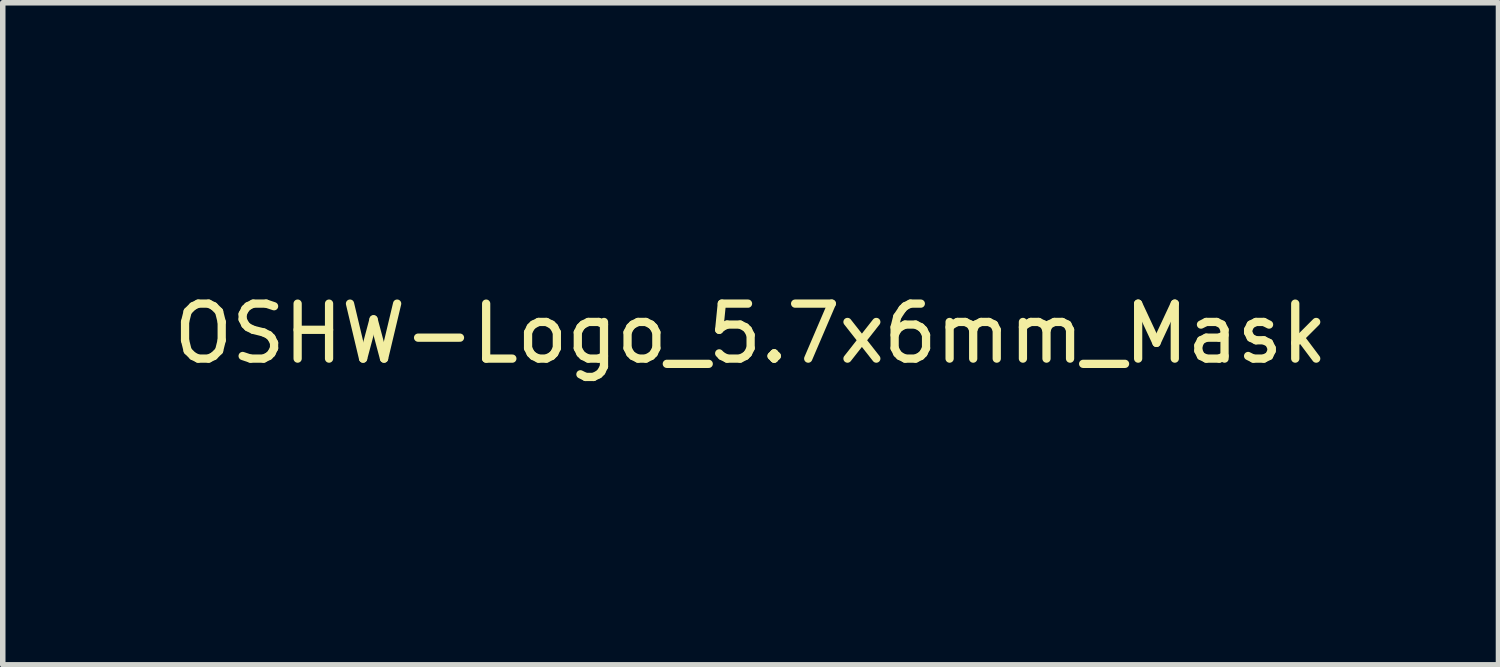
<source format=kicad_pcb>
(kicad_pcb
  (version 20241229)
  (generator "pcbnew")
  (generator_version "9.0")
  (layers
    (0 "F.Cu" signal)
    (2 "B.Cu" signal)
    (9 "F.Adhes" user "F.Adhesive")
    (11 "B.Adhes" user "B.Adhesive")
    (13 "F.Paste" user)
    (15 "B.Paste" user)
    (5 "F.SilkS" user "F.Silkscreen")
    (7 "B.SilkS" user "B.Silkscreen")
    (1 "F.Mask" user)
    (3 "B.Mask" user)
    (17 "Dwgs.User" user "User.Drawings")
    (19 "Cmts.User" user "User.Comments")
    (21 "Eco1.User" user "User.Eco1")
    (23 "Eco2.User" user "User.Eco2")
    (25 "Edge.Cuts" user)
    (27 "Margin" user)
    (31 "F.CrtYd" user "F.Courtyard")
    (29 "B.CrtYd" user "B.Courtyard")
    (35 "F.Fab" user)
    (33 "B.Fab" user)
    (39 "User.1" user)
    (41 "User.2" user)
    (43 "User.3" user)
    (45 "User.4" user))
  (footprint "OSHW-Logo_5.7x6mm_Mask"
    (layer "F.Cu")
    (at 10.601 3.017)
    (property "Reference" "OSHW-Logo_5.7x6mm_Mask" (at 0 0 0) (layer "F.SilkS") (effects (font (size 1 1) (thickness 0.15))))
    (attr board_only exclude_from_pos_files exclude_from_bom)
    (fp_poly (pts (xy 1.799 1.458) (xy 1.843 1.471) (xy 1.871 1.488) (xy 1.88 1.501) (xy 1.877 1.517) (xy 1.861 1.541) (xy 1.847 1.559) (xy 1.819 1.59) (xy 1.798 1.604) (xy 1.78 1.603) (xy 1.726 1.589) (xy 1.687 1.59) (xy 1.655 1.605) (xy 1.644 1.614) (xy 1.61 1.646) (xy 1.61 2.062) (xy 1.471 2.062) (xy 1.471 1.459) (xy 1.54 1.459) (xy 1.582 1.46) (xy 1.603 1.466) (xy 1.61 1.477) (xy 1.61 1.478) (xy 1.612 1.49) (xy 1.626 1.488) (xy 1.644 1.48) (xy 1.682 1.464) (xy 1.713 1.454) (xy 1.753 1.451) (xy 1.799 1.458)) (stroke (width 0.01) (type solid)) (fill yes) (layer "F.Mask"))
    (fp_poly (pts (xy 1.635 2.401) (xy 1.684 2.411) (xy 1.711 2.425) (xy 1.74 2.449) (xy 1.699 2.501) (xy 1.673 2.532) (xy 1.656 2.547) (xy 1.639 2.55) (xy 1.614 2.542) (xy 1.602 2.538) (xy 1.554 2.532) (xy 1.51 2.545) (xy 1.478 2.576) (xy 1.473 2.585) (xy 1.467 2.611) (xy 1.463 2.659) (xy 1.46 2.725) (xy 1.459 2.806) (xy 1.459 2.817) (xy 1.459 3.018) (xy 1.32 3.018) (xy 1.32 2.402) (xy 1.389 2.402) (xy 1.429 2.403) (xy 1.45 2.407) (xy 1.458 2.418) (xy 1.459 2.428) (xy 1.459 2.454) (xy 1.492 2.428) (xy 1.53 2.41) (xy 1.581 2.401) (xy 1.635 2.401)) (stroke (width 0.01) (type solid)) (fill yes) (layer "F.Mask"))
    (fp_poly (pts (xy -0.993 2.403) (xy -0.975 2.409) (xy -0.968 2.421) (xy -0.968 2.427) (xy -0.967 2.442) (xy -0.96 2.445) (xy -0.939 2.434) (xy -0.927 2.427) (xy -0.889 2.411) (xy -0.844 2.403) (xy -0.797 2.403) (xy -0.752 2.409) (xy -0.716 2.42) (xy -0.693 2.436) (xy -0.688 2.456) (xy -0.69 2.462) (xy -0.707 2.485) (xy -0.733 2.513) (xy -0.738 2.517) (xy -0.762 2.538) (xy -0.784 2.545) (xy -0.814 2.54) (xy -0.826 2.537) (xy -0.863 2.529) (xy -0.889 2.533) (xy -0.911 2.545) (xy -0.931 2.561) (xy -0.946 2.581) (xy -0.956 2.609) (xy -0.963 2.648) (xy -0.967 2.704) (xy -0.968 2.779) (xy -0.968 2.824) (xy -0.968 3.018) (xy -1.094 3.018) (xy -1.094 2.402) (xy -1.031 2.402) (xy -0.993 2.403)) (stroke (width 0.01) (type solid)) (fill yes) (layer "F.Mask"))
    (fp_poly (pts (xy 0.993 1.654) (xy 0.995 1.747) (xy 0.999 1.817) (xy 1.008 1.867) (xy 1.022 1.902) (xy 1.042 1.923) (xy 1.071 1.933) (xy 1.107 1.936) (xy 1.144 1.933) (xy 1.172 1.922) (xy 1.192 1.9) (xy 1.206 1.865) (xy 1.214 1.814) (xy 1.219 1.742) (xy 1.22 1.654) (xy 1.22 1.459) (xy 1.358 1.459) (xy 1.358 2.062) (xy 1.289 2.062) (xy 1.247 2.06) (xy 1.226 2.055) (xy 1.22 2.043) (xy 1.216 2.033) (xy 1.202 2.035) (xy 1.173 2.05) (xy 1.106 2.071) (xy 1.036 2.07) (xy 0.968 2.046) (xy 0.936 2.027) (xy 0.912 2.007) (xy 0.894 1.982) (xy 0.881 1.947) (xy 0.874 1.901) (xy 0.87 1.839) (xy 0.868 1.758) (xy 0.868 1.695) (xy 0.868 1.459) (xy 0.993 1.459) (xy 0.993 1.654)) (stroke (width 0.01) (type solid)) (fill yes) (layer "F.Mask"))
    (fp_poly (pts (xy -0.754 1.469) (xy -0.723 1.484) (xy -0.692 1.506) (xy -0.669 1.53) (xy -0.652 1.562) (xy -0.641 1.604) (xy -0.634 1.66) (xy -0.63 1.734) (xy -0.629 1.829) (xy -0.629 1.839) (xy -0.629 2.062) (xy -0.767 2.062) (xy -0.767 1.856) (xy -0.767 1.78) (xy -0.768 1.725) (xy -0.77 1.687) (xy -0.773 1.661) (xy -0.779 1.643) (xy -0.788 1.63) (xy -0.8 1.618) (xy -0.843 1.59) (xy -0.89 1.585) (xy -0.934 1.602) (xy -0.95 1.615) (xy -0.961 1.627) (xy -0.969 1.641) (xy -0.975 1.659) (xy -0.978 1.686) (xy -0.98 1.726) (xy -0.981 1.784) (xy -0.981 1.854) (xy -0.981 2.062) (xy -1.119 2.062) (xy -1.119 1.459) (xy -1.05 1.459) (xy -1.008 1.46) (xy -0.987 1.466) (xy -0.981 1.477) (xy -0.981 1.478) (xy -0.978 1.489) (xy -0.965 1.488) (xy -0.94 1.475) (xy -0.883 1.457) (xy -0.817 1.455) (xy -0.754 1.469)) (stroke (width 0.01) (type solid)) (fill yes) (layer "F.Mask"))
    (fp_poly (pts (xy 2.217 1.464) (xy 2.29 1.495) (xy 2.313 1.51) (xy 2.342 1.533) (xy 2.361 1.551) (xy 2.364 1.557) (xy 2.355 1.57) (xy 2.332 1.593) (xy 2.313 1.608) (xy 2.263 1.649) (xy 2.223 1.615) (xy 2.192 1.594) (xy 2.162 1.586) (xy 2.127 1.588) (xy 2.073 1.602) (xy 2.035 1.63) (xy 2.012 1.675) (xy 2.002 1.741) (xy 2.002 1.741) (xy 2.002 1.815) (xy 2.016 1.869) (xy 2.044 1.906) (xy 2.063 1.918) (xy 2.114 1.934) (xy 2.168 1.934) (xy 2.215 1.919) (xy 2.226 1.911) (xy 2.253 1.893) (xy 2.275 1.889) (xy 2.299 1.903) (xy 2.325 1.929) (xy 2.366 1.971) (xy 2.32 2.008) (xy 2.25 2.051) (xy 2.17 2.072) (xy 2.087 2.07) (xy 2.033 2.056) (xy 1.969 2.022) (xy 1.918 1.968) (xy 1.895 1.93) (xy 1.876 1.876) (xy 1.867 1.806) (xy 1.867 1.731) (xy 1.876 1.659) (xy 1.894 1.599) (xy 1.897 1.593) (xy 1.94 1.532) (xy 1.998 1.488) (xy 2.067 1.461) (xy 2.141 1.453) (xy 2.217 1.464)) (stroke (width 0.01) (type solid)) (fill yes) (layer "F.Mask"))
    (fp_poly (pts (xy 0.611 1.466) (xy 0.674 1.501) (xy 0.724 1.555) (xy 0.748 1.6) (xy 0.758 1.639) (xy 0.764 1.695) (xy 0.767 1.76) (xy 0.766 1.824) (xy 0.761 1.881) (xy 0.755 1.912) (xy 0.734 1.953) (xy 0.698 1.997) (xy 0.656 2.036) (xy 0.613 2.061) (xy 0.612 2.061) (xy 0.56 2.072) (xy 0.497 2.073) (xy 0.438 2.063) (xy 0.415 2.055) (xy 0.356 2.021) (xy 0.314 1.978) (xy 0.286 1.92) (xy 0.271 1.844) (xy 0.267 1.804) (xy 0.268 1.754) (xy 0.402 1.754) (xy 0.407 1.827) (xy 0.42 1.882) (xy 0.441 1.918) (xy 0.456 1.928) (xy 0.493 1.935) (xy 0.539 1.933) (xy 0.577 1.923) (xy 0.588 1.917) (xy 0.615 1.885) (xy 0.632 1.835) (xy 0.64 1.774) (xy 0.636 1.708) (xy 0.628 1.669) (xy 0.604 1.624) (xy 0.567 1.595) (xy 0.522 1.586) (xy 0.475 1.596) (xy 0.439 1.621) (xy 0.42 1.642) (xy 0.409 1.662) (xy 0.404 1.69) (xy 0.402 1.733) (xy 0.402 1.754) (xy 0.268 1.754) (xy 0.268 1.698) (xy 0.285 1.611) (xy 0.319 1.543) (xy 0.369 1.494) (xy 0.435 1.464) (xy 0.45 1.46) (xy 0.535 1.452) (xy 0.611 1.466)) (stroke (width 0.01) (type solid)) (fill yes) (layer "F.Mask"))
    (fp_poly (pts (xy 0.282 2.404) (xy 0.331 2.408) (xy 0.461 2.798) (xy 0.482 2.729) (xy 0.494 2.686) (xy 0.51 2.628) (xy 0.528 2.565) (xy 0.537 2.531) (xy 0.571 2.402) (xy 0.714 2.402) (xy 0.672 2.537) (xy 0.651 2.603) (xy 0.625 2.684) (xy 0.599 2.767) (xy 0.575 2.842) (xy 0.521 3.012) (xy 0.463 3.015) (xy 0.404 3.019) (xy 0.373 2.915) (xy 0.353 2.85) (xy 0.332 2.778) (xy 0.313 2.715) (xy 0.313 2.713) (xy 0.299 2.67) (xy 0.286 2.641) (xy 0.278 2.63) (xy 0.276 2.631) (xy 0.27 2.648) (xy 0.258 2.685) (xy 0.242 2.736) (xy 0.224 2.798) (xy 0.214 2.832) (xy 0.159 3.018) (xy 0.043 3.018) (xy -0.049 2.725) (xy -0.075 2.643) (xy -0.099 2.569) (xy -0.119 2.506) (xy -0.135 2.457) (xy -0.145 2.426) (xy -0.148 2.417) (xy -0.146 2.407) (xy -0.127 2.403) (xy -0.087 2.404) (xy -0.081 2.404) (xy -0.008 2.408) (xy 0.04 2.584) (xy 0.058 2.648) (xy 0.073 2.705) (xy 0.086 2.748) (xy 0.094 2.775) (xy 0.095 2.779) (xy 0.101 2.774) (xy 0.113 2.749) (xy 0.13 2.706) (xy 0.15 2.65) (xy 0.167 2.599) (xy 0.232 2.401) (xy 0.282 2.404)) (stroke (width 0.01) (type solid)) (fill yes) (layer "F.Mask"))
    (fp_poly (pts (xy -2.538 1.465) (xy -2.472 1.494) (xy -2.423 1.543) (xy -2.388 1.611) (xy -2.37 1.699) (xy -2.369 1.712) (xy -2.368 1.809) (xy -2.381 1.894) (xy -2.408 1.962) (xy -2.423 1.984) (xy -2.473 2.031) (xy -2.538 2.061) (xy -2.61 2.074) (xy -2.683 2.067) (xy -2.739 2.048) (xy -2.787 2.015) (xy -2.826 1.971) (xy -2.827 1.97) (xy -2.843 1.943) (xy -2.853 1.916) (xy -2.86 1.882) (xy -2.863 1.834) (xy -2.865 1.795) (xy -2.866 1.759) (xy -2.74 1.759) (xy -2.739 1.795) (xy -2.734 1.842) (xy -2.726 1.872) (xy -2.712 1.894) (xy -2.699 1.907) (xy -2.652 1.933) (xy -2.603 1.937) (xy -2.557 1.918) (xy -2.534 1.896) (xy -2.517 1.875) (xy -2.507 1.854) (xy -2.503 1.828) (xy -2.503 1.788) (xy -2.504 1.751) (xy -2.507 1.698) (xy -2.512 1.664) (xy -2.52 1.641) (xy -2.533 1.624) (xy -2.544 1.615) (xy -2.589 1.589) (xy -2.637 1.588) (xy -2.678 1.603) (xy -2.713 1.635) (xy -2.733 1.687) (xy -2.74 1.759) (xy -2.866 1.759) (xy -2.866 1.717) (xy -2.864 1.658) (xy -2.856 1.614) (xy -2.843 1.579) (xy -2.822 1.549) (xy -2.814 1.539) (xy -2.766 1.494) (xy -2.714 1.467) (xy -2.651 1.456) (xy -2.62 1.455) (xy -2.538 1.465)) (stroke (width 0.01) (type solid)) (fill yes) (layer "F.Mask"))
    (fp_poly (pts (xy -0.201 3.018) (xy -0.27 3.018) (xy -0.31 3.017) (xy -0.331 3.012) (xy -0.339 3.001) (xy -0.34 2.994) (xy -0.341 2.98) (xy -0.349 2.977) (xy -0.37 2.986) (xy -0.386 2.994) (xy -0.449 3.014) (xy -0.517 3.015) (xy -0.573 3) (xy -0.624 2.965) (xy -0.664 2.913) (xy -0.685 2.851) (xy -0.686 2.848) (xy -0.689 2.811) (xy -0.691 2.757) (xy -0.691 2.716) (xy -0.553 2.716) (xy -0.55 2.77) (xy -0.543 2.815) (xy -0.533 2.84) (xy -0.496 2.874) (xy -0.452 2.887) (xy -0.407 2.877) (xy -0.368 2.847) (xy -0.353 2.827) (xy -0.345 2.803) (xy -0.34 2.768) (xy -0.34 2.716) (xy -0.341 2.664) (xy -0.346 2.619) (xy -0.353 2.588) (xy -0.354 2.585) (xy -0.38 2.553) (xy -0.42 2.535) (xy -0.463 2.532) (xy -0.504 2.545) (xy -0.534 2.573) (xy -0.537 2.578) (xy -0.547 2.612) (xy -0.552 2.661) (xy -0.553 2.716) (xy -0.691 2.716) (xy -0.691 2.696) (xy -0.69 2.663) (xy -0.684 2.581) (xy -0.671 2.52) (xy -0.649 2.474) (xy -0.618 2.441) (xy -0.587 2.421) (xy -0.544 2.407) (xy -0.491 2.402) (xy -0.436 2.406) (xy -0.39 2.418) (xy -0.365 2.433) (xy -0.34 2.456) (xy -0.34 2.163) (xy -0.201 2.163) (xy -0.201 3.018)) (stroke (width 0.01) (type solid)) (fill yes) (layer "F.Mask"))
    (fp_poly (pts (xy 2.678 1.456) (xy 2.71 1.464) (xy 2.772 1.493) (xy 2.825 1.537) (xy 2.861 1.589) (xy 2.866 1.601) (xy 2.873 1.632) (xy 2.878 1.677) (xy 2.88 1.723) (xy 2.88 1.811) (xy 2.697 1.811) (xy 2.622 1.811) (xy 2.569 1.813) (xy 2.535 1.817) (xy 2.518 1.826) (xy 2.514 1.84) (xy 2.521 1.86) (xy 2.533 1.884) (xy 2.566 1.925) (xy 2.612 1.945) (xy 2.669 1.944) (xy 2.733 1.922) (xy 2.788 1.895) (xy 2.834 1.932) (xy 2.88 1.968) (xy 2.837 2.008) (xy 2.779 2.046) (xy 2.708 2.068) (xy 2.632 2.075) (xy 2.558 2.063) (xy 2.546 2.059) (xy 2.481 2.026) (xy 2.433 1.975) (xy 2.4 1.906) (xy 2.382 1.818) (xy 2.382 1.816) (xy 2.381 1.72) (xy 2.387 1.686) (xy 2.515 1.686) (xy 2.527 1.691) (xy 2.558 1.695) (xy 2.605 1.697) (xy 2.635 1.698) (xy 2.691 1.697) (xy 2.725 1.696) (xy 2.744 1.692) (xy 2.75 1.685) (xy 2.748 1.674) (xy 2.747 1.669) (xy 2.724 1.627) (xy 2.689 1.594) (xy 2.658 1.579) (xy 2.616 1.58) (xy 2.574 1.598) (xy 2.539 1.629) (xy 2.518 1.666) (xy 2.515 1.686) (xy 2.387 1.686) (xy 2.397 1.635) (xy 2.429 1.564) (xy 2.475 1.509) (xy 2.533 1.471) (xy 2.601 1.453) (xy 2.678 1.456)) (stroke (width 0.01) (type solid)) (fill yes) (layer "F.Mask"))
    (fp_poly (pts (xy 0.014 1.456) (xy 0.062 1.465) (xy 0.111 1.484) (xy 0.116 1.487) (xy 0.154 1.506) (xy 0.18 1.525) (xy 0.188 1.537) (xy 0.18 1.556) (xy 0.161 1.584) (xy 0.152 1.594) (xy 0.117 1.636) (xy 0.071 1.609) (xy 0.027 1.591) (xy -0.023 1.581) (xy -0.071 1.581) (xy -0.109 1.59) (xy -0.117 1.595) (xy -0.135 1.621) (xy -0.137 1.651) (xy -0.124 1.674) (xy -0.116 1.679) (xy -0.094 1.684) (xy -0.054 1.691) (xy -0.005 1.697) (xy 0.004 1.698) (xy 0.083 1.712) (xy 0.14 1.735) (xy 0.178 1.77) (xy 0.199 1.818) (xy 0.206 1.878) (xy 0.197 1.945) (xy 0.167 1.998) (xy 0.117 2.037) (xy 0.047 2.061) (xy -0.031 2.071) (xy -0.095 2.071) (xy -0.147 2.062) (xy -0.182 2.05) (xy -0.227 2.029) (xy -0.268 2.005) (xy -0.283 1.994) (xy -0.321 1.963) (xy -0.275 1.917) (xy -0.23 1.871) (xy -0.178 1.905) (xy -0.126 1.931) (xy -0.071 1.944) (xy -0.017 1.946) (xy 0.028 1.935) (xy 0.06 1.914) (xy 0.07 1.895) (xy 0.069 1.865) (xy 0.043 1.843) (xy -0.007 1.827) (xy -0.061 1.82) (xy -0.145 1.806) (xy -0.207 1.78) (xy -0.248 1.741) (xy -0.27 1.688) (xy -0.273 1.625) (xy -0.258 1.56) (xy -0.225 1.51) (xy -0.171 1.476) (xy -0.099 1.458) (xy -0.045 1.455) (xy 0.014 1.456)) (stroke (width 0.01) (type solid)) (fill yes) (layer "F.Mask"))
    (fp_poly (pts (xy 2.033 2.405) (xy 2.093 2.421) (xy 2.143 2.453) (xy 2.167 2.477) (xy 2.207 2.534) (xy 2.23 2.6) (xy 2.238 2.681) (xy 2.238 2.688) (xy 2.238 2.754) (xy 1.858 2.754) (xy 1.866 2.788) (xy 1.881 2.82) (xy 1.907 2.852) (xy 1.912 2.857) (xy 1.958 2.886) (xy 2.01 2.89) (xy 2.071 2.872) (xy 2.081 2.867) (xy 2.112 2.852) (xy 2.133 2.843) (xy 2.137 2.842) (xy 2.15 2.85) (xy 2.174 2.869) (xy 2.187 2.879) (xy 2.212 2.903) (xy 2.221 2.919) (xy 2.215 2.934) (xy 2.212 2.938) (xy 2.191 2.955) (xy 2.156 2.976) (xy 2.131 2.988) (xy 2.062 3.01) (xy 1.985 3.017) (xy 1.913 3.009) (xy 1.892 3.003) (xy 1.829 2.969) (xy 1.783 2.917) (xy 1.752 2.846) (xy 1.737 2.757) (xy 1.736 2.71) (xy 1.74 2.641) (xy 1.861 2.641) (xy 1.873 2.646) (xy 1.904 2.65) (xy 1.95 2.653) (xy 1.98 2.653) (xy 2.036 2.653) (xy 2.071 2.651) (xy 2.09 2.647) (xy 2.098 2.639) (xy 2.1 2.628) (xy 2.089 2.594) (xy 2.062 2.561) (xy 2.026 2.535) (xy 1.991 2.525) (xy 1.942 2.534) (xy 1.9 2.561) (xy 1.871 2.6) (xy 1.861 2.641) (xy 1.74 2.641) (xy 1.743 2.61) (xy 1.764 2.531) (xy 1.8 2.471) (xy 1.852 2.431) (xy 1.92 2.408) (xy 1.957 2.404) (xy 2.033 2.405)) (stroke (width 0.01) (type solid)) (fill yes) (layer "F.Mask"))
    (fp_poly (pts (xy -1.357 1.473) (xy -1.344 1.479) (xy -1.301 1.51) (xy -1.26 1.557) (xy -1.229 1.608) (xy -1.22 1.631) (xy -1.213 1.673) (xy -1.208 1.724) (xy -1.207 1.745) (xy -1.207 1.811) (xy -1.587 1.811) (xy -1.579 1.845) (xy -1.559 1.886) (xy -1.524 1.922) (xy -1.483 1.944) (xy -1.457 1.949) (xy -1.421 1.943) (xy -1.378 1.929) (xy -1.364 1.922) (xy -1.31 1.896) (xy -1.265 1.93) (xy -1.238 1.954) (xy -1.224 1.973) (xy -1.223 1.979) (xy -1.236 1.993) (xy -1.263 2.014) (xy -1.288 2.03) (xy -1.356 2.06) (xy -1.431 2.073) (xy -1.506 2.07) (xy -1.565 2.052) (xy -1.627 2.013) (xy -1.671 1.962) (xy -1.698 1.895) (xy -1.71 1.811) (xy -1.711 1.773) (xy -1.707 1.685) (xy -1.706 1.682) (xy -1.581 1.682) (xy -1.577 1.691) (xy -1.563 1.695) (xy -1.533 1.697) (xy -1.485 1.698) (xy -1.466 1.698) (xy -1.408 1.697) (xy -1.372 1.694) (xy -1.353 1.689) (xy -1.346 1.681) (xy -1.345 1.679) (xy -1.353 1.658) (xy -1.373 1.63) (xy -1.382 1.62) (xy -1.413 1.591) (xy -1.446 1.58) (xy -1.464 1.579) (xy -1.512 1.591) (xy -1.552 1.622) (xy -1.577 1.668) (xy -1.578 1.669) (xy -1.581 1.682) (xy -1.706 1.682) (xy -1.692 1.616) (xy -1.666 1.56) (xy -1.634 1.521) (xy -1.574 1.478) (xy -1.504 1.455) (xy -1.43 1.453) (xy -1.357 1.473)) (stroke (width 0.01) (type solid)) (fill yes) (layer "F.Mask"))
    (fp_poly (pts (xy 1.038 2.405) (xy 1.091 2.418) (xy 1.107 2.425) (xy 1.136 2.443) (xy 1.159 2.463) (xy 1.176 2.489) (xy 1.188 2.524) (xy 1.196 2.572) (xy 1.201 2.636) (xy 1.204 2.72) (xy 1.205 2.776) (xy 1.209 3.018) (xy 1.139 3.018) (xy 1.096 3.016) (xy 1.074 3.01) (xy 1.069 3) (xy 1.066 2.989) (xy 1.052 2.991) (xy 1.034 3) (xy 0.989 3.013) (xy 0.93 3.017) (xy 0.868 3.011) (xy 0.814 2.996) (xy 0.809 2.993) (xy 0.759 2.958) (xy 0.726 2.909) (xy 0.711 2.852) (xy 0.712 2.832) (xy 0.836 2.832) (xy 0.846 2.859) (xy 0.879 2.879) (xy 0.931 2.89) (xy 0.959 2.891) (xy 1.005 2.888) (xy 1.036 2.874) (xy 1.044 2.867) (xy 1.064 2.831) (xy 1.069 2.798) (xy 1.069 2.754) (xy 1.008 2.754) (xy 0.936 2.757) (xy 0.886 2.769) (xy 0.855 2.789) (xy 0.848 2.798) (xy 0.836 2.832) (xy 0.712 2.832) (xy 0.714 2.792) (xy 0.737 2.735) (xy 0.768 2.697) (xy 0.786 2.68) (xy 0.805 2.669) (xy 0.829 2.662) (xy 0.864 2.658) (xy 0.917 2.656) (xy 0.938 2.655) (xy 1.069 2.651) (xy 1.069 2.611) (xy 1.064 2.569) (xy 1.045 2.544) (xy 1.008 2.528) (xy 1.007 2.528) (xy 0.954 2.521) (xy 0.903 2.53) (xy 0.865 2.55) (xy 0.849 2.56) (xy 0.833 2.558) (xy 0.807 2.544) (xy 0.792 2.534) (xy 0.763 2.512) (xy 0.745 2.496) (xy 0.742 2.491) (xy 0.754 2.467) (xy 0.789 2.438) (xy 0.805 2.428) (xy 0.849 2.412) (xy 0.908 2.402) (xy 0.974 2.4) (xy 1.038 2.405)) (stroke (width 0.01) (type solid)) (fill yes) (layer "F.Mask"))
    (fp_poly (pts (xy -1.384 2.407) (xy -1.325 2.422) (xy -1.28 2.451) (xy -1.248 2.488) (xy -1.238 2.504) (xy -1.231 2.521) (xy -1.226 2.543) (xy -1.223 2.573) (xy -1.221 2.615) (xy -1.22 2.674) (xy -1.22 2.753) (xy -1.22 2.774) (xy -1.22 3.018) (xy -1.28 3.018) (xy -1.319 3.015) (xy -1.347 3.008) (xy -1.354 3.004) (xy -1.374 2.997) (xy -1.394 3.004) (xy -1.426 3.013) (xy -1.474 3.017) (xy -1.527 3.015) (xy -1.575 3.009) (xy -1.603 3) (xy -1.658 2.965) (xy -1.692 2.916) (xy -1.707 2.852) (xy -1.707 2.85) (xy -1.706 2.822) (xy -1.584 2.822) (xy -1.574 2.854) (xy -1.556 2.873) (xy -1.522 2.886) (xy -1.476 2.892) (xy -1.429 2.889) (xy -1.392 2.878) (xy -1.381 2.871) (xy -1.363 2.839) (xy -1.358 2.802) (xy -1.358 2.754) (xy -1.428 2.754) (xy -1.494 2.759) (xy -1.544 2.773) (xy -1.575 2.796) (xy -1.584 2.822) (xy -1.706 2.822) (xy -1.704 2.78) (xy -1.681 2.724) (xy -1.637 2.682) (xy -1.631 2.678) (xy -1.605 2.665) (xy -1.573 2.658) (xy -1.528 2.654) (xy -1.474 2.653) (xy -1.358 2.653) (xy -1.358 2.604) (xy -1.363 2.567) (xy -1.376 2.541) (xy -1.377 2.54) (xy -1.405 2.529) (xy -1.447 2.525) (xy -1.494 2.527) (xy -1.535 2.535) (xy -1.56 2.547) (xy -1.573 2.557) (xy -1.587 2.559) (xy -1.607 2.551) (xy -1.636 2.531) (xy -1.68 2.497) (xy -1.684 2.494) (xy -1.682 2.482) (xy -1.665 2.463) (xy -1.638 2.441) (xy -1.61 2.423) (xy -1.6 2.419) (xy -1.567 2.41) (xy -1.519 2.404) (xy -1.465 2.402) (xy -1.462 2.402) (xy -1.384 2.407)) (stroke (width 0.01) (type solid)) (fill yes) (layer "F.Mask"))
    (fp_poly (pts (xy -1.909 1.469) (xy -1.882 1.482) (xy -1.85 1.505) (xy -1.826 1.53) (xy -1.809 1.561) (xy -1.799 1.603) (xy -1.794 1.66) (xy -1.792 1.736) (xy -1.792 1.769) (xy -1.792 1.841) (xy -1.794 1.892) (xy -1.796 1.927) (xy -1.802 1.952) (xy -1.81 1.97) (xy -1.818 1.982) (xy -1.87 2.034) (xy -1.932 2.065) (xy -1.999 2.075) (xy -2.066 2.061) (xy -2.087 2.051) (xy -2.138 2.025) (xy -2.138 2.44) (xy -2.101 2.421) (xy -2.052 2.406) (xy -1.992 2.402) (xy -1.932 2.409) (xy -1.886 2.425) (xy -1.849 2.455) (xy -1.817 2.498) (xy -1.814 2.502) (xy -1.804 2.523) (xy -1.797 2.544) (xy -1.791 2.57) (xy -1.788 2.604) (xy -1.786 2.651) (xy -1.786 2.715) (xy -1.786 2.787) (xy -1.786 3.018) (xy -1.924 3.018) (xy -1.924 2.593) (xy -1.963 2.56) (xy -2.003 2.534) (xy -2.041 2.529) (xy -2.079 2.541) (xy -2.099 2.553) (xy -2.115 2.57) (xy -2.125 2.596) (xy -2.133 2.634) (xy -2.137 2.688) (xy -2.14 2.761) (xy -2.141 2.81) (xy -2.144 3.012) (xy -2.21 3.015) (xy -2.276 3.019) (xy -2.276 1.771) (xy -2.138 1.771) (xy -2.134 1.84) (xy -2.122 1.889) (xy -2.1 1.919) (xy -2.066 1.933) (xy -2.031 1.936) (xy -1.991 1.933) (xy -1.965 1.92) (xy -1.949 1.902) (xy -1.936 1.883) (xy -1.928 1.862) (xy -1.925 1.832) (xy -1.925 1.787) (xy -1.926 1.75) (xy -1.929 1.694) (xy -1.932 1.657) (xy -1.939 1.633) (xy -1.95 1.617) (xy -1.96 1.608) (xy -2.002 1.589) (xy -2.052 1.585) (xy -2.08 1.592) (xy -2.109 1.616) (xy -2.128 1.664) (xy -2.137 1.734) (xy -2.138 1.771) (xy -2.276 1.771) (xy -2.276 1.459) (xy -2.207 1.459) (xy -2.165 1.46) (xy -2.144 1.466) (xy -2.138 1.477) (xy -2.138 1.478) (xy -2.135 1.489) (xy -2.122 1.488) (xy -2.097 1.475) (xy -2.038 1.457) (xy -1.972 1.455) (xy -1.909 1.469)) (stroke (width 0.01) (type solid)) (fill yes) (layer "F.Mask"))
    (fp_poly (pts (xy 0.377 -2.71) (xy 0.434 -2.408) (xy 0.853 -2.235) (xy 1.105 -2.407) (xy 1.175 -2.454) (xy 1.239 -2.497) (xy 1.293 -2.532) (xy 1.334 -2.559) (xy 1.36 -2.574) (xy 1.367 -2.578) (xy 1.379 -2.569) (xy 1.406 -2.545) (xy 1.444 -2.509) (xy 1.491 -2.464) (xy 1.542 -2.413) (xy 1.596 -2.358) (xy 1.649 -2.304) (xy 1.698 -2.253) (xy 1.741 -2.208) (xy 1.773 -2.172) (xy 1.793 -2.148) (xy 1.798 -2.14) (xy 1.791 -2.125) (xy 1.772 -2.093) (xy 1.742 -2.047) (xy 1.705 -1.989) (xy 1.66 -1.923) (xy 1.635 -1.886) (xy 1.588 -1.817) (xy 1.546 -1.755) (xy 1.512 -1.703) (xy 1.487 -1.664) (xy 1.473 -1.641) (xy 1.471 -1.636) (xy 1.476 -1.622) (xy 1.489 -1.59) (xy 1.508 -1.544) (xy 1.531 -1.488) (xy 1.557 -1.427) (xy 1.583 -1.366) (xy 1.607 -1.31) (xy 1.628 -1.262) (xy 1.643 -1.228) (xy 1.651 -1.211) (xy 1.652 -1.211) (xy 1.665 -1.208) (xy 1.699 -1.201) (xy 1.75 -1.191) (xy 1.816 -1.178) (xy 1.893 -1.163) (xy 1.937 -1.155) (xy 2.019 -1.14) (xy 2.093 -1.125) (xy 2.155 -1.112) (xy 2.202 -1.101) (xy 2.23 -1.093) (xy 2.235 -1.091) (xy 2.241 -1.074) (xy 2.245 -1.037) (xy 2.248 -0.983) (xy 2.251 -0.917) (xy 2.252 -0.844) (xy 2.252 -0.767) (xy 2.251 -0.691) (xy 2.249 -0.621) (xy 2.246 -0.56) (xy 2.243 -0.514) (xy 2.238 -0.486) (xy 2.235 -0.48) (xy 2.217 -0.473) (xy 2.179 -0.463) (xy 2.127 -0.451) (xy 2.065 -0.439) (xy 2.043 -0.435) (xy 1.938 -0.415) (xy 1.855 -0.4) (xy 1.792 -0.388) (xy 1.745 -0.378) (xy 1.711 -0.37) (xy 1.689 -0.363) (xy 1.676 -0.357) (xy 1.667 -0.351) (xy 1.666 -0.35) (xy 1.655 -0.331) (xy 1.638 -0.294) (xy 1.616 -0.244) (xy 1.592 -0.185) (xy 1.567 -0.121) (xy 1.543 -0.058) (xy 1.522 0.001) (xy 1.505 0.05) (xy 1.494 0.086) (xy 1.492 0.104) (xy 1.492 0.104) (xy 1.501 0.119) (xy 1.523 0.151) (xy 1.554 0.197) (xy 1.593 0.253) (xy 1.637 0.318) (xy 1.649 0.336) (xy 1.694 0.402) (xy 1.733 0.462) (xy 1.765 0.513) (xy 1.787 0.552) (xy 1.798 0.574) (xy 1.798 0.576) (xy 1.789 0.591) (xy 1.765 0.619) (xy 1.729 0.658) (xy 1.683 0.706) (xy 1.632 0.758) (xy 1.577 0.812) (xy 1.523 0.865) (xy 1.472 0.913) (xy 1.427 0.955) (xy 1.391 0.985) (xy 1.368 1.003) (xy 1.362 1.006) (xy 1.347 0.999) (xy 1.316 0.981) (xy 1.275 0.954) (xy 1.244 0.933) (xy 1.187 0.894) (xy 1.119 0.847) (xy 1.051 0.801) (xy 1.014 0.776) (xy 0.891 0.693) (xy 0.787 0.749) (xy 0.74 0.773) (xy 0.7 0.792) (xy 0.672 0.803) (xy 0.665 0.805) (xy 0.657 0.794) (xy 0.641 0.762) (xy 0.617 0.713) (xy 0.588 0.649) (xy 0.555 0.574) (xy 0.518 0.489) (xy 0.48 0.399) (xy 0.441 0.306) (xy 0.402 0.213) (xy 0.365 0.123) (xy 0.331 0.039) (xy 0.301 -0.037) (xy 0.276 -0.1) (xy 0.258 -0.15) (xy 0.248 -0.182) (xy 0.246 -0.193) (xy 0.259 -0.206) (xy 0.288 -0.229) (xy 0.325 -0.256) (xy 0.329 -0.258) (xy 0.426 -0.336) (xy 0.505 -0.427) (xy 0.564 -0.528) (xy 0.603 -0.637) (xy 0.621 -0.749) (xy 0.617 -0.863) (xy 0.591 -0.976) (xy 0.542 -1.084) (xy 0.527 -1.108) (xy 0.452 -1.203) (xy 0.364 -1.28) (xy 0.265 -1.337) (xy 0.158 -1.375) (xy 0.047 -1.393) (xy -0.066 -1.39) (xy -0.176 -1.367) (xy -0.282 -1.322) (xy -0.38 -1.256) (xy -0.41 -1.23) (xy -0.488 -1.145) (xy -0.544 -1.057) (xy -0.582 -0.958) (xy -0.604 -0.86) (xy -0.609 -0.749) (xy -0.591 -0.638) (xy -0.553 -0.531) (xy -0.494 -0.43) (xy -0.418 -0.34) (xy -0.327 -0.264) (xy -0.315 -0.256) (xy -0.277 -0.23) (xy -0.248 -0.207) (xy -0.234 -0.193) (xy -0.234 -0.193) (xy -0.237 -0.177) (xy -0.248 -0.141) (xy -0.268 -0.089) (xy -0.293 -0.023) (xy -0.324 0.055) (xy -0.359 0.14) (xy -0.397 0.231) (xy -0.436 0.325) (xy -0.475 0.417) (xy -0.513 0.506) (xy -0.549 0.589) (xy -0.582 0.662) (xy -0.61 0.724) (xy -0.632 0.77) (xy -0.647 0.797) (xy -0.653 0.805) (xy -0.671 0.799) (xy -0.706 0.784) (xy -0.75 0.762) (xy -0.774 0.749) (xy -0.878 0.693) (xy -1.002 0.776) (xy -1.065 0.819) (xy -1.134 0.866) (xy -1.199 0.911) (xy -1.231 0.933) (xy -1.277 0.963) (xy -1.315 0.988) (xy -1.342 1.003) (xy -1.351 1.006) (xy -1.363 0.997) (xy -1.391 0.974) (xy -1.431 0.937) (xy -1.482 0.891) (xy -1.539 0.836) (xy -1.575 0.801) (xy -1.639 0.739) (xy -1.694 0.683) (xy -1.738 0.636) (xy -1.769 0.601) (xy -1.784 0.579) (xy -1.786 0.575) (xy -1.779 0.558) (xy -1.76 0.524) (xy -1.73 0.476) (xy -1.693 0.419) (xy -1.649 0.354) (xy -1.637 0.336) (xy -1.592 0.27) (xy -1.551 0.211) (xy -1.518 0.162) (xy -1.493 0.126) (xy -1.481 0.107) (xy -1.479 0.104) (xy -1.481 0.089) (xy -1.491 0.055) (xy -1.507 0.006) (xy -1.528 -0.052) (xy -1.552 -0.115) (xy -1.577 -0.178) (xy -1.601 -0.238) (xy -1.623 -0.29) (xy -1.641 -0.328) (xy -1.653 -0.349) (xy -1.654 -0.35) (xy -1.661 -0.356) (xy -1.674 -0.362) (xy -1.694 -0.369) (xy -1.725 -0.376) (xy -1.769 -0.386) (xy -1.829 -0.397) (xy -1.908 -0.412) (xy -2.009 -0.431) (xy -2.03 -0.435) (xy -2.095 -0.447) (xy -2.151 -0.459) (xy -2.194 -0.47) (xy -2.219 -0.478) (xy -2.222 -0.48) (xy -2.228 -0.497) (xy -2.232 -0.534) (xy -2.235 -0.588) (xy -2.238 -0.654) (xy -2.239 -0.728) (xy -2.239 -0.804) (xy -2.239 -0.88) (xy -2.237 -0.95) (xy -2.234 -1.011) (xy -2.23 -1.057) (xy -2.225 -1.085) (xy -2.223 -1.091) (xy -2.206 -1.096) (xy -2.169 -1.106) (xy -2.114 -1.118) (xy -2.045 -1.132) (xy -1.967 -1.147) (xy -1.925 -1.155) (xy -1.844 -1.17) (xy -1.772 -1.184) (xy -1.712 -1.196) (xy -1.668 -1.204) (xy -1.643 -1.21) (xy -1.639 -1.211) (xy -1.633 -1.224) (xy -1.618 -1.256) (xy -1.598 -1.302) (xy -1.574 -1.358) (xy -1.548 -1.418) (xy -1.522 -1.479) (xy -1.498 -1.536) (xy -1.479 -1.584) (xy -1.465 -1.619) (xy -1.459 -1.636) (xy -1.459 -1.637) (xy -1.465 -1.65) (xy -1.485 -1.681) (xy -1.514 -1.727) (xy -1.552 -1.784) (xy -1.596 -1.849) (xy -1.622 -1.886) (xy -1.669 -1.955) (xy -1.71 -2.017) (xy -1.745 -2.07) (xy -1.77 -2.11) (xy -1.784 -2.135) (xy -1.786 -2.14) (xy -1.777 -2.153) (xy -1.754 -2.18) (xy -1.718 -2.219) (xy -1.673 -2.266) (xy -1.623 -2.318) (xy -1.569 -2.373) (xy -1.516 -2.426) (xy -1.465 -2.476) (xy -1.421 -2.519) (xy -1.385 -2.553) (xy -1.362 -2.573) (xy -1.354 -2.578) (xy -1.341 -2.571) (xy -1.311 -2.552) (xy -1.265 -2.522) (xy -1.208 -2.485) (xy -1.142 -2.44) (xy -1.092 -2.407) (xy -0.841 -2.235) (xy -0.631 -2.322) (xy -0.421 -2.408) (xy -0.364 -2.71) (xy -0.308 -3.012) (xy 0.32 -3.012) (xy 0.377 -2.71)) (stroke (width 0.01) (type solid)) (fill yes) (layer "F.Mask")))
  (gr_rect
    (start -3 -3)
    (end 24.202 9.041)
    (stroke (width 0.1) (type default))
    (fill no)
    (layer "Edge.Cuts")))
</source>
